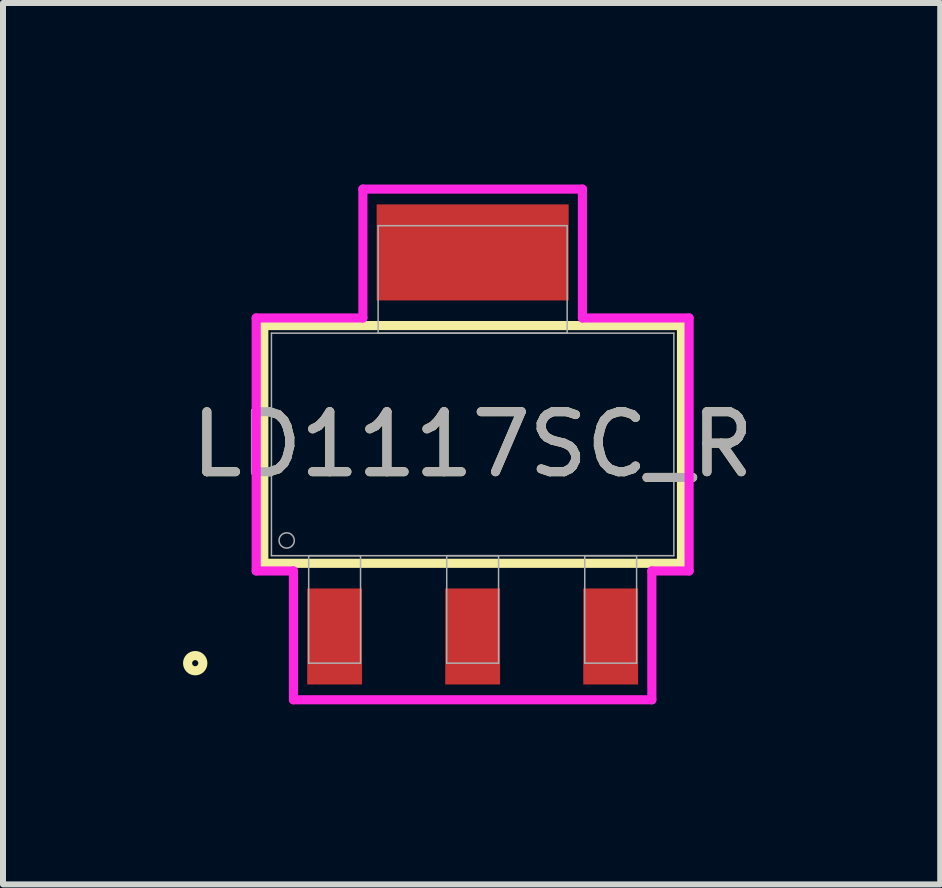
<source format=kicad_pcb>
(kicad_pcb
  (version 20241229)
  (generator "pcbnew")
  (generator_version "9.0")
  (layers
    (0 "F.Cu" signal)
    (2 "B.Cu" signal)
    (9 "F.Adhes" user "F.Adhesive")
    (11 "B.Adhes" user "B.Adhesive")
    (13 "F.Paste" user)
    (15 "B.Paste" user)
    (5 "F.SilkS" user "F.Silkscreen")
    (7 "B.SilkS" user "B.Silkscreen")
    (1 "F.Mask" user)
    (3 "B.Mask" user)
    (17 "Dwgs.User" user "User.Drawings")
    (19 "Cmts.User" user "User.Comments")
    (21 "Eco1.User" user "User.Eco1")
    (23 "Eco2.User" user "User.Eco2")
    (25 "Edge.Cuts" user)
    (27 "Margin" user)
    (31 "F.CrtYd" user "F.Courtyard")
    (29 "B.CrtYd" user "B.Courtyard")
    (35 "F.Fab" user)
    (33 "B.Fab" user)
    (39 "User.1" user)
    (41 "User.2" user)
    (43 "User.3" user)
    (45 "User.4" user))
  (footprint "LD1117SC_R"
    (layer "F.Cu")
    (at 4.826 4.356)
    (property "Reference" "LD1117SC_R" (at 0 0 0) (unlocked yes) (layer "F.SilkS") (effects (font (size 1 1) (thickness 0.15))))
    (attr smd)
    (fp_poly (pts (xy 1.6 -4) (xy -1.6 -4) (xy -1.6 -2.4) (xy 1.6 -2.4)) (stroke (width 0) (type solid)) (fill yes) (layer "F.Cu"))
    (fp_poly (pts (xy 1.626 -4.356) (xy -1.626 -4.356) (xy -1.626 -2.045) (xy 1.626 -2.045)) (stroke (width 0) (type solid)) (fill yes) (layer "F.Mask"))
    (fp_line (start -3.48 -1.981) (end -3.48 1.981) (stroke (width 0.152) (type solid)) (layer "F.SilkS"))
    (fp_line (start -3.48 1.981) (end 3.48 1.981) (stroke (width 0.152) (type solid)) (layer "F.SilkS"))
    (fp_line (start 3.48 -1.981) (end -3.48 -1.981) (stroke (width 0.152) (type solid)) (layer "F.SilkS"))
    (fp_line (start 3.48 1.981) (end 3.48 -1.981) (stroke (width 0.152) (type solid)) (layer "F.SilkS"))
    (fp_circle (center -4.623 3.645) (end -4.496 3.645) (stroke (width 0.152) (type solid)) (fill no) (layer "F.SilkS"))
    (fp_poly (pts (xy 1.6 -4) (xy -1.6 -4) (xy -1.6 -2.4) (xy 1.6 -2.4)) (stroke (width 0) (type solid)) (fill yes) (layer "F.Paste"))
    (fp_line (start -3.607 -2.108) (end -1.829 -2.108) (stroke (width 0.152) (type solid)) (layer "F.CrtYd"))
    (fp_line (start -3.607 2.108) (end -3.607 -2.108) (stroke (width 0.152) (type solid)) (layer "F.CrtYd"))
    (fp_line (start -2.986 2.108) (end -3.607 2.108) (stroke (width 0.152) (type solid)) (layer "F.CrtYd"))
    (fp_line (start -2.986 4.255) (end -2.986 2.108) (stroke (width 0.152) (type solid)) (layer "F.CrtYd"))
    (fp_line (start -1.829 -4.255) (end 1.829 -4.255) (stroke (width 0.152) (type solid)) (layer "F.CrtYd"))
    (fp_line (start -1.829 -2.108) (end -1.829 -4.255) (stroke (width 0.152) (type solid)) (layer "F.CrtYd"))
    (fp_line (start 1.829 -4.255) (end 1.829 -2.108) (stroke (width 0.152) (type solid)) (layer "F.CrtYd"))
    (fp_line (start 1.829 -2.108) (end 3.607 -2.108) (stroke (width 0.152) (type solid)) (layer "F.CrtYd"))
    (fp_line (start 2.986 2.108) (end 2.986 4.255) (stroke (width 0.152) (type solid)) (layer "F.CrtYd"))
    (fp_line (start 2.986 4.255) (end -2.986 4.255) (stroke (width 0.152) (type solid)) (layer "F.CrtYd"))
    (fp_line (start 3.607 -2.108) (end 3.607 2.108) (stroke (width 0.152) (type solid)) (layer "F.CrtYd"))
    (fp_line (start 3.607 2.108) (end 2.986 2.108) (stroke (width 0.152) (type solid)) (layer "F.CrtYd"))
    (fp_line (start -3.353 -1.854) (end -3.353 1.854) (stroke (width 0.025) (type solid)) (layer "F.Fab"))
    (fp_line (start -3.353 1.854) (end 3.353 1.854) (stroke (width 0.025) (type solid)) (layer "F.Fab"))
    (fp_line (start -2.732 1.854) (end -2.732 3.645) (stroke (width 0.025) (type solid)) (layer "F.Fab"))
    (fp_line (start -2.732 3.645) (end -1.868 3.645) (stroke (width 0.025) (type solid)) (layer "F.Fab"))
    (fp_line (start -1.868 1.854) (end -2.732 1.854) (stroke (width 0.025) (type solid)) (layer "F.Fab"))
    (fp_line (start -1.868 3.645) (end -1.868 1.854) (stroke (width 0.025) (type solid)) (layer "F.Fab"))
    (fp_line (start -1.575 -3.645) (end -1.575 -1.854) (stroke (width 0.025) (type solid)) (layer "F.Fab"))
    (fp_line (start -1.575 -1.854) (end 1.575 -1.854) (stroke (width 0.025) (type solid)) (layer "F.Fab"))
    (fp_line (start -0.432 1.854) (end -0.432 3.645) (stroke (width 0.025) (type solid)) (layer "F.Fab"))
    (fp_line (start -0.432 3.645) (end 0.432 3.645) (stroke (width 0.025) (type solid)) (layer "F.Fab"))
    (fp_line (start 0.432 1.854) (end -0.432 1.854) (stroke (width 0.025) (type solid)) (layer "F.Fab"))
    (fp_line (start 0.432 3.645) (end 0.432 1.854) (stroke (width 0.025) (type solid)) (layer "F.Fab"))
    (fp_line (start 1.575 -3.645) (end -1.575 -3.645) (stroke (width 0.025) (type solid)) (layer "F.Fab"))
    (fp_line (start 1.575 -1.854) (end 1.575 -3.645) (stroke (width 0.025) (type solid)) (layer "F.Fab"))
    (fp_line (start 1.868 1.854) (end 1.868 3.645) (stroke (width 0.025) (type solid)) (layer "F.Fab"))
    (fp_line (start 1.868 3.645) (end 2.732 3.645) (stroke (width 0.025) (type solid)) (layer "F.Fab"))
    (fp_line (start 2.732 1.854) (end 1.868 1.854) (stroke (width 0.025) (type solid)) (layer "F.Fab"))
    (fp_line (start 2.732 3.645) (end 2.732 1.854) (stroke (width 0.025) (type solid)) (layer "F.Fab"))
    (fp_line (start 3.353 -1.854) (end -3.353 -1.854) (stroke (width 0.025) (type solid)) (layer "F.Fab"))
    (fp_line (start 3.353 1.854) (end 3.353 -1.854) (stroke (width 0.025) (type solid)) (layer "F.Fab"))
    (fp_circle (center -3.099 1.6) (end -2.972 1.6) (stroke (width 0.025) (type solid)) (fill no) (layer "F.Fab"))
    (fp_text user "${REFERENCE}" (at 0 0 0) (unlocked yes) (layer "F.Fab") (effects (font (size 1 1) (thickness 0.15))))
    (pad "1" smd rect (at -2.3 3.2) (size 0.914 1.6) (layers "F.Cu" "F.Mask" "F.Paste"))
    (pad "2" smd rect (at 0 3.2) (size 0.914 1.6) (layers "F.Cu" "F.Mask" "F.Paste"))
    (pad "3" smd rect (at 2.3 3.2) (size 0.914 1.6) (layers "F.Cu" "F.Mask" "F.Paste")))
  (gr_rect
    (start -3 -3)
    (end 12.618 11.687)
    (stroke (width 0.1) (type default))
    (fill no)
    (layer "Edge.Cuts")))
</source>
